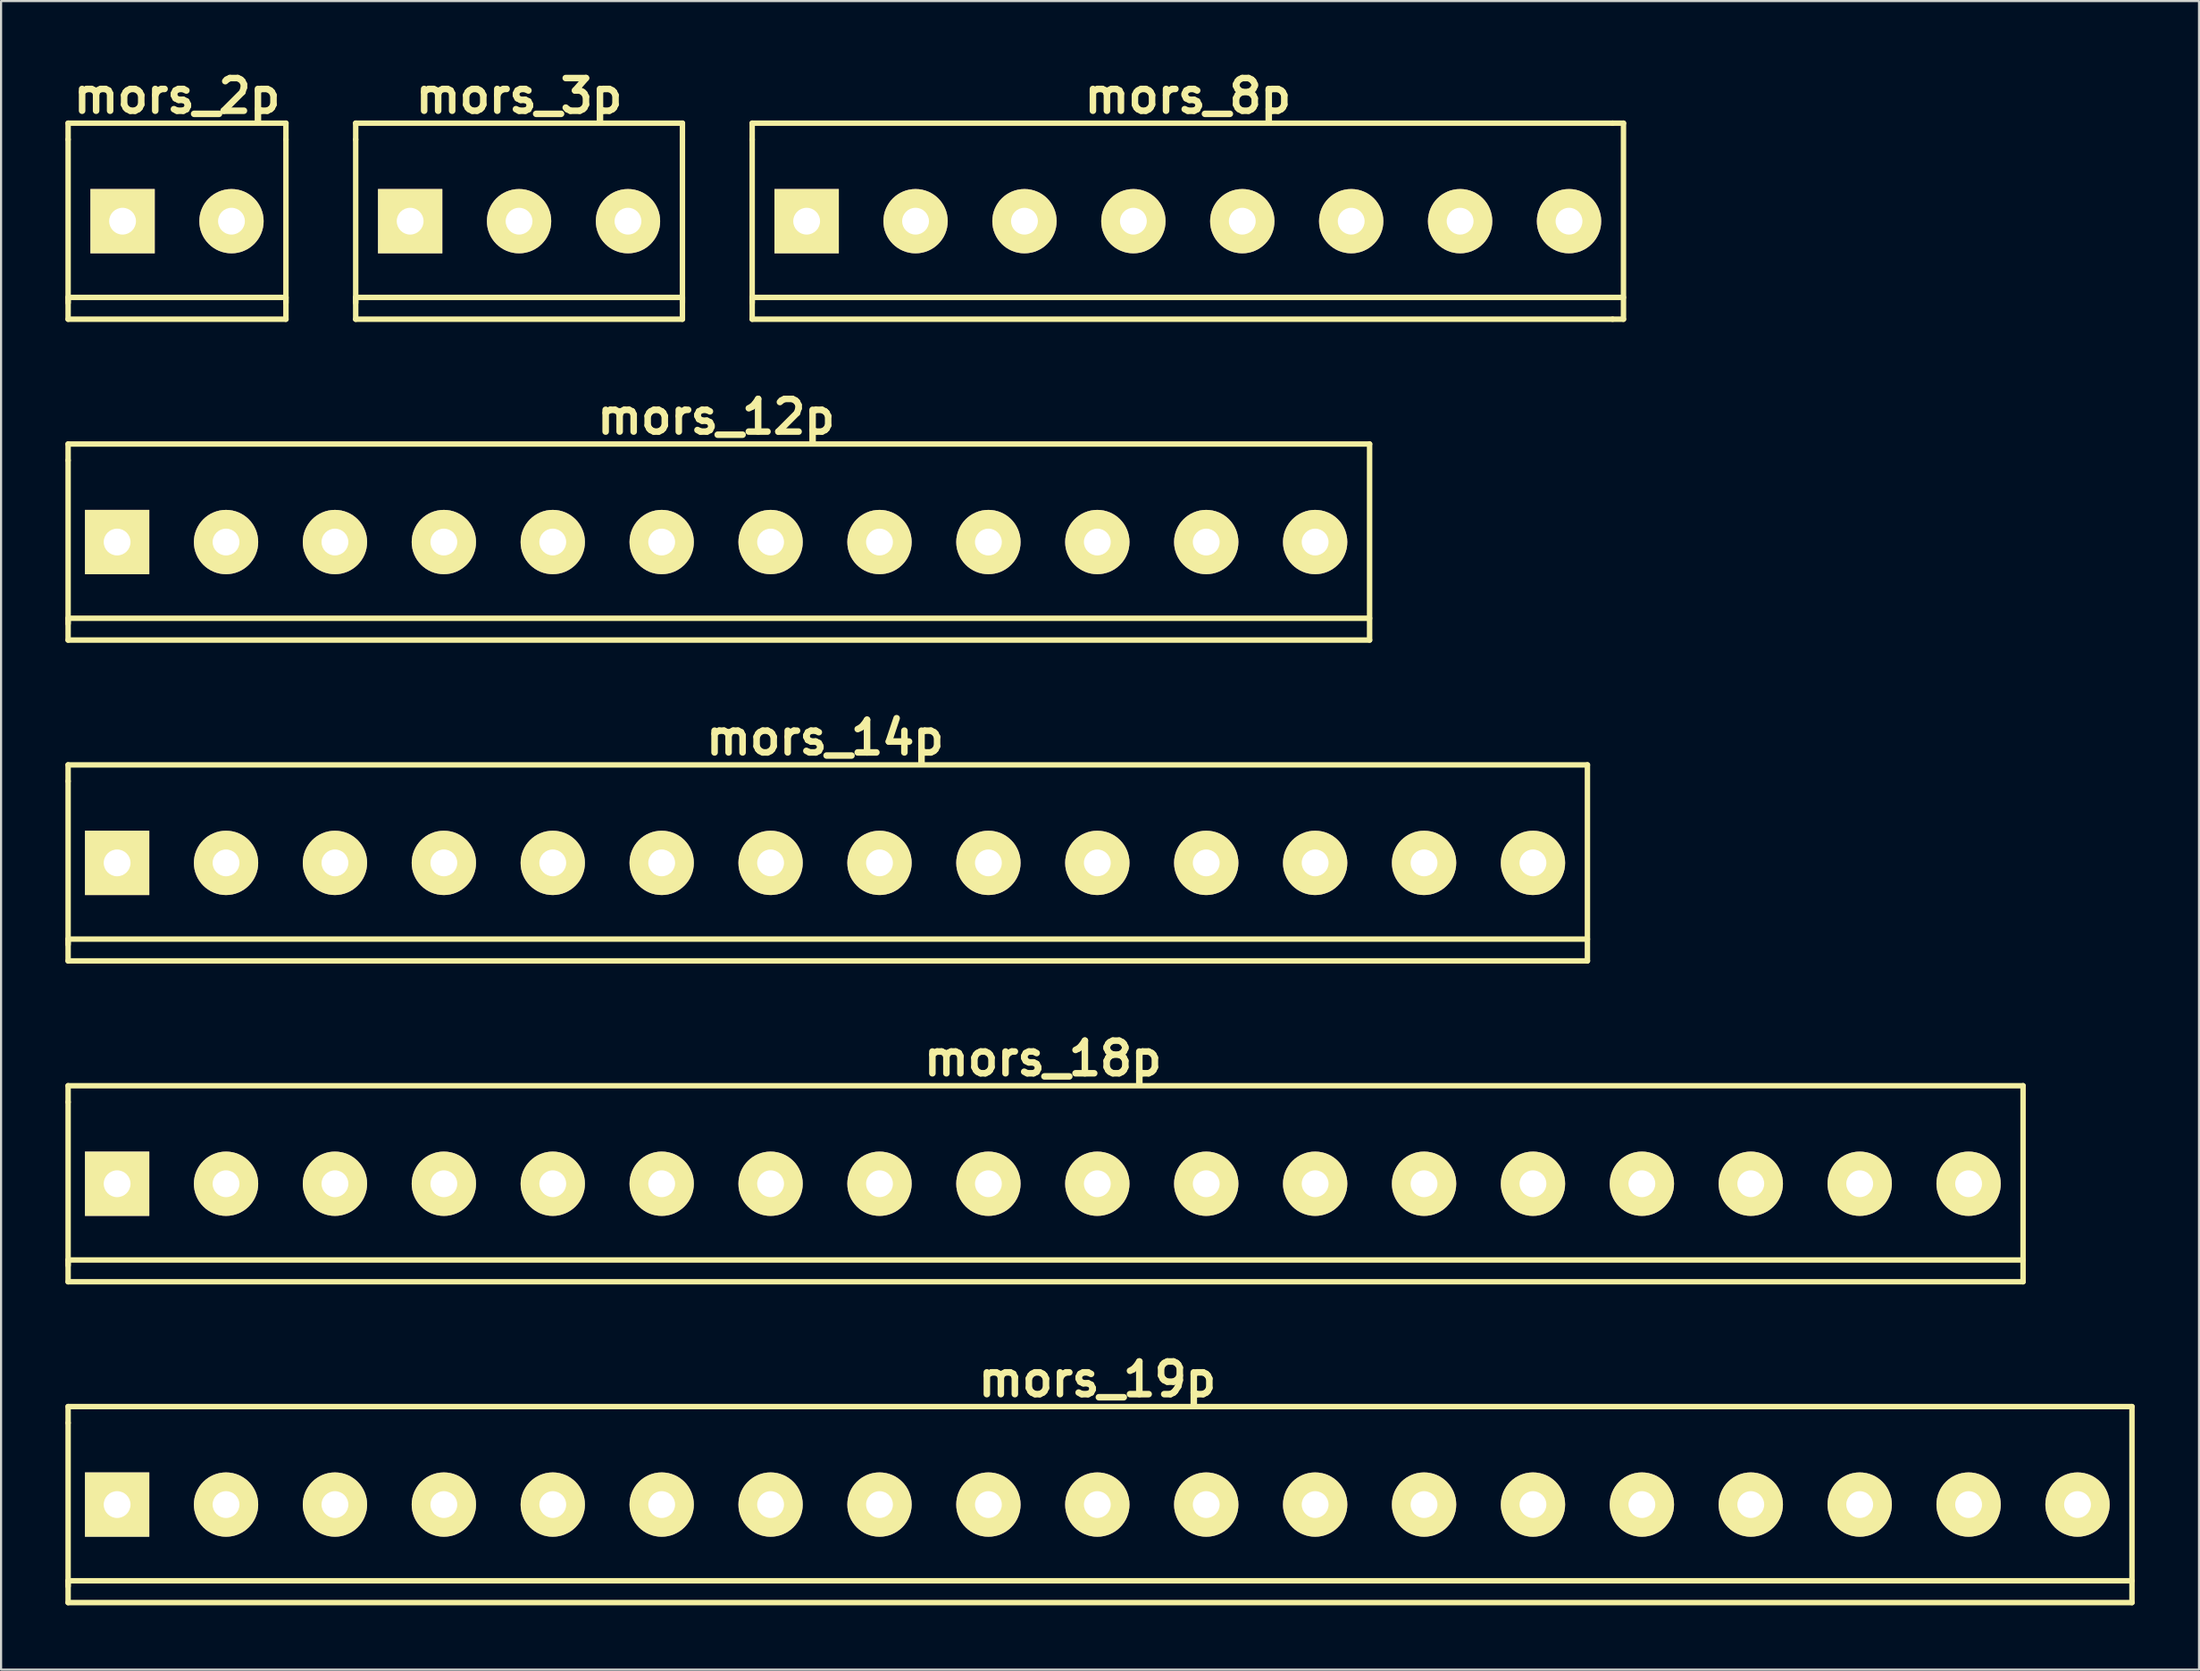
<source format=kicad_pcb>
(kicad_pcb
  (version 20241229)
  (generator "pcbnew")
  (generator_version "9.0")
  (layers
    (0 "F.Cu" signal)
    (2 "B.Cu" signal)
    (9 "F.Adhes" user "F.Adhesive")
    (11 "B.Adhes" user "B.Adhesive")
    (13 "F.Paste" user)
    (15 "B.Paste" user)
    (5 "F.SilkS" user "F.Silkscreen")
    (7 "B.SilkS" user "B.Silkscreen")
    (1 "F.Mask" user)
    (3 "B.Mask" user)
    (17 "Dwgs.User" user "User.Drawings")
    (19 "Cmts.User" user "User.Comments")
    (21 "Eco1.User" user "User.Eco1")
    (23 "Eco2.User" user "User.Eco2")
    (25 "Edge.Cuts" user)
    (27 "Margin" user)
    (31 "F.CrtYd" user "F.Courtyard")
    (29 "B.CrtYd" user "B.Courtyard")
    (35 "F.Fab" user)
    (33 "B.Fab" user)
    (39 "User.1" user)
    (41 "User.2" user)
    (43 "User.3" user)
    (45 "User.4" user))
  (footprint "mors_2p"
    (layer "F.Cu")
    (at 5.207 7.268)
    (property "Reference" "mors_2p" (at 0 -5.842 0) (layer "F.SilkS") (effects (font (size 1.524 1.524) (thickness 0.305))))
    (attr through_hole)
    (fp_line (start -5.08 -4.572) (end -5.08 -3.81) (stroke (width 0.254) (type solid)) (layer "F.SilkS"))
    (fp_line (start -5.08 -3.81) (end -5.08 3.81) (stroke (width 0.254) (type solid)) (layer "F.SilkS"))
    (fp_line (start -5.08 3.556) (end 5.08 3.556) (stroke (width 0.254) (type solid)) (layer "F.SilkS"))
    (fp_line (start -5.08 4.572) (end -5.08 3.556) (stroke (width 0.254) (type solid)) (layer "F.SilkS"))
    (fp_line (start 5.08 -4.572) (end -5.08 -4.572) (stroke (width 0.254) (type solid)) (layer "F.SilkS"))
    (fp_line (start 5.08 -3.81) (end 5.08 -4.572) (stroke (width 0.254) (type solid)) (layer "F.SilkS"))
    (fp_line (start 5.08 3.556) (end 5.08 4.572) (stroke (width 0.254) (type solid)) (layer "F.SilkS"))
    (fp_line (start 5.08 3.81) (end 5.08 -3.81) (stroke (width 0.254) (type solid)) (layer "F.SilkS"))
    (fp_line (start 5.08 4.572) (end -5.08 4.572) (stroke (width 0.254) (type solid)) (layer "F.SilkS"))
    (pad "1" thru_hole rect (at -2.54 0) (size 3 3) (drill 1.25) (layers "*.Cu" "*.Mask" "F.SilkS"))
    (pad "2" thru_hole circle (at 2.54 0) (size 3 3) (drill 1.25) (layers "*.Cu" "*.Mask" "F.SilkS")))
  (footprint "mors_3p"
    (layer "F.Cu")
    (at 21.161 7.268)
    (property "Reference" "mors_3p" (at 0 -5.842 0) (layer "F.SilkS") (effects (font (size 1.524 1.524) (thickness 0.305))))
    (attr through_hole)
    (fp_line (start -7.62 -4.572) (end -7.62 -3.81) (stroke (width 0.254) (type solid)) (layer "F.SilkS"))
    (fp_line (start -7.62 -4.572) (end 7.62 -4.572) (stroke (width 0.254) (type solid)) (layer "F.SilkS"))
    (fp_line (start -7.62 3.556) (end 7.62 3.556) (stroke (width 0.254) (type solid)) (layer "F.SilkS"))
    (fp_line (start -7.62 3.81) (end -7.62 -3.81) (stroke (width 0.254) (type solid)) (layer "F.SilkS"))
    (fp_line (start -7.62 4.572) (end -7.62 3.556) (stroke (width 0.254) (type solid)) (layer "F.SilkS"))
    (fp_line (start 7.62 -4.572) (end 7.62 -3.81) (stroke (width 0.254) (type solid)) (layer "F.SilkS"))
    (fp_line (start 7.62 3.556) (end 7.62 4.572) (stroke (width 0.254) (type solid)) (layer "F.SilkS"))
    (fp_line (start 7.62 3.81) (end 7.62 -3.81) (stroke (width 0.254) (type solid)) (layer "F.SilkS"))
    (fp_line (start 7.62 4.572) (end -7.62 4.572) (stroke (width 0.254) (type solid)) (layer "F.SilkS"))
    (pad "1" thru_hole rect (at -5.08 0) (size 3 3) (drill 1.25) (layers "*.Cu" "*.Mask" "F.SilkS"))
    (pad "2" thru_hole circle (at 0 0) (size 3 3) (drill 1.25) (layers "*.Cu" "*.Mask" "F.SilkS"))
    (pad "3" thru_hole circle (at 5.08 0) (size 3 3) (drill 1.25) (layers "*.Cu" "*.Mask" "F.SilkS")))
  (footprint "mors_18p"
    (layer "F.Cu")
    (at 45.593 52.171)
    (property "Reference" "mors_18p" (at 0 -5.842 0) (layer "F.SilkS") (effects (font (size 1.524 1.524) (thickness 0.305))))
    (attr through_hole)
    (fp_line (start -45.466 -4.572) (end -45.466 -3.81) (stroke (width 0.254) (type solid)) (layer "F.SilkS"))
    (fp_line (start -45.466 3.81) (end -45.466 -3.81) (stroke (width 0.254) (type solid)) (layer "F.SilkS"))
    (fp_line (start -45.466 4.572) (end -45.466 3.556) (stroke (width 0.254) (type solid)) (layer "F.SilkS"))
    (fp_line (start -45.466 4.572) (end 45.72 4.572) (stroke (width 0.254) (type solid)) (layer "F.SilkS"))
    (fp_line (start 45.72 -4.572) (end -45.466 -4.572) (stroke (width 0.254) (type solid)) (layer "F.SilkS"))
    (fp_line (start 45.72 -4.572) (end 45.72 4.572) (stroke (width 0.254) (type solid)) (layer "F.SilkS"))
    (fp_line (start 45.72 3.556) (end -45.466 3.556) (stroke (width 0.254) (type solid)) (layer "F.SilkS"))
    (pad "1" thru_hole rect (at -43.18 0) (size 3 3) (drill 1.25) (layers "*.Cu" "*.Mask" "F.SilkS"))
    (pad "2" thru_hole circle (at -38.1 0) (size 3 3) (drill 1.25) (layers "*.Cu" "*.Mask" "F.SilkS"))
    (pad "3" thru_hole circle (at -33.02 0) (size 3 3) (drill 1.25) (layers "*.Cu" "*.Mask" "F.SilkS"))
    (pad "4" thru_hole circle (at -27.94 0) (size 3 3) (drill 1.25) (layers "*.Cu" "*.Mask" "F.SilkS"))
    (pad "5" thru_hole circle (at -22.86 0) (size 3 3) (drill 1.25) (layers "*.Cu" "*.Mask" "F.SilkS"))
    (pad "6" thru_hole circle (at -17.78 0) (size 3 3) (drill 1.25) (layers "*.Cu" "*.Mask" "F.SilkS"))
    (pad "7" thru_hole circle (at -12.7 0) (size 3 3) (drill 1.25) (layers "*.Cu" "*.Mask" "F.SilkS"))
    (pad "8" thru_hole circle (at -7.62 0) (size 3 3) (drill 1.25) (layers "*.Cu" "*.Mask" "F.SilkS"))
    (pad "9" thru_hole circle (at -2.54 0) (size 3 3) (drill 1.25) (layers "*.Cu" "*.Mask" "F.SilkS"))
    (pad "10" thru_hole circle (at 2.54 0) (size 3 3) (drill 1.25) (layers "*.Cu" "*.Mask" "F.SilkS"))
    (pad "11" thru_hole circle (at 7.62 0) (size 3 3) (drill 1.25) (layers "*.Cu" "*.Mask" "F.SilkS"))
    (pad "12" thru_hole circle (at 12.7 0) (size 3 3) (drill 1.25) (layers "*.Cu" "*.Mask" "F.SilkS"))
    (pad "13" thru_hole circle (at 17.78 0) (size 3 3) (drill 1.25) (layers "*.Cu" "*.Mask" "F.SilkS"))
    (pad "14" thru_hole circle (at 22.86 0) (size 3 3) (drill 1.25) (layers "*.Cu" "*.Mask" "F.SilkS"))
    (pad "15" thru_hole circle (at 27.94 0) (size 3 3) (drill 1.25) (layers "*.Cu" "*.Mask" "F.SilkS"))
    (pad "16" thru_hole circle (at 33.02 0) (size 3 3) (drill 1.25) (layers "*.Cu" "*.Mask" "F.SilkS"))
    (pad "17" thru_hole circle (at 38.1 0) (size 3 3) (drill 1.25) (layers "*.Cu" "*.Mask" "F.SilkS"))
    (pad "18" thru_hole circle (at 43.18 0) (size 3 3) (drill 1.25) (layers "*.Cu" "*.Mask" "F.SilkS")))
  (footprint "mors_14p"
    (layer "F.Cu")
    (at 35.433 37.203)
    (property "Reference" "mors_14p" (at 0 -5.842 0) (layer "F.SilkS") (effects (font (size 1.524 1.524) (thickness 0.305))))
    (attr through_hole)
    (fp_line (start -35.306 -4.572) (end -35.306 -3.81) (stroke (width 0.254) (type solid)) (layer "F.SilkS"))
    (fp_line (start -35.306 3.81) (end -35.306 -3.81) (stroke (width 0.254) (type solid)) (layer "F.SilkS"))
    (fp_line (start -35.306 4.572) (end -35.306 3.556) (stroke (width 0.254) (type solid)) (layer "F.SilkS"))
    (fp_line (start -35.306 4.572) (end 35.56 4.572) (stroke (width 0.254) (type solid)) (layer "F.SilkS"))
    (fp_line (start 35.56 -4.572) (end -35.306 -4.572) (stroke (width 0.254) (type solid)) (layer "F.SilkS"))
    (fp_line (start 35.56 -4.572) (end 35.56 4.572) (stroke (width 0.254) (type solid)) (layer "F.SilkS"))
    (fp_line (start 35.56 3.556) (end -35.306 3.556) (stroke (width 0.254) (type solid)) (layer "F.SilkS"))
    (pad "1" thru_hole rect (at -33.02 0) (size 3 3) (drill 1.25) (layers "*.Cu" "*.Mask" "F.SilkS"))
    (pad "2" thru_hole circle (at -27.94 0) (size 3 3) (drill 1.25) (layers "*.Cu" "*.Mask" "F.SilkS"))
    (pad "3" thru_hole circle (at -22.86 0) (size 3 3) (drill 1.25) (layers "*.Cu" "*.Mask" "F.SilkS"))
    (pad "4" thru_hole circle (at -17.78 0) (size 3 3) (drill 1.25) (layers "*.Cu" "*.Mask" "F.SilkS"))
    (pad "5" thru_hole circle (at -12.7 0) (size 3 3) (drill 1.25) (layers "*.Cu" "*.Mask" "F.SilkS"))
    (pad "6" thru_hole circle (at -7.62 0) (size 3 3) (drill 1.25) (layers "*.Cu" "*.Mask" "F.SilkS"))
    (pad "7" thru_hole circle (at -2.54 0) (size 3 3) (drill 1.25) (layers "*.Cu" "*.Mask" "F.SilkS"))
    (pad "8" thru_hole circle (at 2.54 0) (size 3 3) (drill 1.25) (layers "*.Cu" "*.Mask" "F.SilkS"))
    (pad "9" thru_hole circle (at 7.62 0) (size 3 3) (drill 1.25) (layers "*.Cu" "*.Mask" "F.SilkS"))
    (pad "10" thru_hole circle (at 12.7 0) (size 3 3) (drill 1.25) (layers "*.Cu" "*.Mask" "F.SilkS"))
    (pad "11" thru_hole circle (at 17.78 0) (size 3 3) (drill 1.25) (layers "*.Cu" "*.Mask" "F.SilkS"))
    (pad "12" thru_hole circle (at 22.86 0) (size 3 3) (drill 1.25) (layers "*.Cu" "*.Mask" "F.SilkS"))
    (pad "13" thru_hole circle (at 27.94 0) (size 3 3) (drill 1.25) (layers "*.Cu" "*.Mask" "F.SilkS"))
    (pad "14" thru_hole circle (at 33.02 0) (size 3 3) (drill 1.25) (layers "*.Cu" "*.Mask" "F.SilkS")))
  (footprint "mors_12p"
    (layer "F.Cu")
    (at 30.353 22.236)
    (property "Reference" "mors_12p" (at 0 -5.842 0) (layer "F.SilkS") (effects (font (size 1.524 1.524) (thickness 0.305))))
    (attr through_hole)
    (fp_line (start -30.226 -4.572) (end -30.226 -3.81) (stroke (width 0.254) (type solid)) (layer "F.SilkS"))
    (fp_line (start -30.226 3.81) (end -30.226 -3.81) (stroke (width 0.254) (type solid)) (layer "F.SilkS"))
    (fp_line (start -30.226 4.572) (end -30.226 3.556) (stroke (width 0.254) (type solid)) (layer "F.SilkS"))
    (fp_line (start -30.226 4.572) (end 30.48 4.572) (stroke (width 0.254) (type solid)) (layer "F.SilkS"))
    (fp_line (start 30.48 -4.572) (end -30.226 -4.572) (stroke (width 0.254) (type solid)) (layer "F.SilkS"))
    (fp_line (start 30.48 -4.572) (end 30.48 4.572) (stroke (width 0.254) (type solid)) (layer "F.SilkS"))
    (fp_line (start 30.48 3.556) (end -30.226 3.556) (stroke (width 0.254) (type solid)) (layer "F.SilkS"))
    (pad "1" thru_hole rect (at -27.94 0) (size 3 3) (drill 1.25) (layers "*.Cu" "*.Mask" "F.SilkS"))
    (pad "2" thru_hole circle (at -22.86 0) (size 3 3) (drill 1.25) (layers "*.Cu" "*.Mask" "F.SilkS"))
    (pad "3" thru_hole circle (at -17.78 0) (size 3 3) (drill 1.25) (layers "*.Cu" "*.Mask" "F.SilkS"))
    (pad "4" thru_hole circle (at -12.7 0) (size 3 3) (drill 1.25) (layers "*.Cu" "*.Mask" "F.SilkS"))
    (pad "5" thru_hole circle (at -7.62 0) (size 3 3) (drill 1.25) (layers "*.Cu" "*.Mask" "F.SilkS"))
    (pad "6" thru_hole circle (at -2.54 0) (size 3 3) (drill 1.25) (layers "*.Cu" "*.Mask" "F.SilkS"))
    (pad "7" thru_hole circle (at 2.54 0) (size 3 3) (drill 1.25) (layers "*.Cu" "*.Mask" "F.SilkS"))
    (pad "8" thru_hole circle (at 7.62 0) (size 3 3) (drill 1.25) (layers "*.Cu" "*.Mask" "F.SilkS"))
    (pad "9" thru_hole circle (at 12.7 0) (size 3 3) (drill 1.25) (layers "*.Cu" "*.Mask" "F.SilkS"))
    (pad "10" thru_hole circle (at 17.78 0) (size 3 3) (drill 1.25) (layers "*.Cu" "*.Mask" "F.SilkS"))
    (pad "11" thru_hole circle (at 22.86 0) (size 3 3) (drill 1.25) (layers "*.Cu" "*.Mask" "F.SilkS"))
    (pad "12" thru_hole circle (at 27.94 0) (size 3 3) (drill 1.25) (layers "*.Cu" "*.Mask" "F.SilkS")))
  (footprint "mors_19p"
    (layer "F.Cu")
    (at 48.133 67.138)
    (property "Reference" "mors_19p" (at 0 -5.842 0) (layer "F.SilkS") (effects (font (size 1.524 1.524) (thickness 0.305))))
    (attr through_hole)
    (fp_line (start -48.006 -4.572) (end -48.006 -3.81) (stroke (width 0.254) (type solid)) (layer "F.SilkS"))
    (fp_line (start -48.006 3.81) (end -48.006 -3.81) (stroke (width 0.254) (type solid)) (layer "F.SilkS"))
    (fp_line (start -48.006 4.572) (end -48.006 3.556) (stroke (width 0.254) (type solid)) (layer "F.SilkS"))
    (fp_line (start -48.006 4.572) (end 48.26 4.572) (stroke (width 0.254) (type solid)) (layer "F.SilkS"))
    (fp_line (start 48.26 -4.572) (end -48.006 -4.572) (stroke (width 0.254) (type solid)) (layer "F.SilkS"))
    (fp_line (start 48.26 -4.572) (end 48.26 4.572) (stroke (width 0.254) (type solid)) (layer "F.SilkS"))
    (fp_line (start 48.26 3.556) (end -48.006 3.556) (stroke (width 0.254) (type solid)) (layer "F.SilkS"))
    (pad "1" thru_hole rect (at -45.72 0) (size 3 3) (drill 1.25) (layers "*.Cu" "*.Mask" "F.SilkS"))
    (pad "2" thru_hole circle (at -40.64 0) (size 3 3) (drill 1.25) (layers "*.Cu" "*.Mask" "F.SilkS"))
    (pad "3" thru_hole circle (at -35.56 0) (size 3 3) (drill 1.25) (layers "*.Cu" "*.Mask" "F.SilkS"))
    (pad "4" thru_hole circle (at -30.48 0) (size 3 3) (drill 1.25) (layers "*.Cu" "*.Mask" "F.SilkS"))
    (pad "5" thru_hole circle (at -25.4 0) (size 3 3) (drill 1.25) (layers "*.Cu" "*.Mask" "F.SilkS"))
    (pad "6" thru_hole circle (at -20.32 0) (size 3 3) (drill 1.25) (layers "*.Cu" "*.Mask" "F.SilkS"))
    (pad "7" thru_hole circle (at -15.24 0) (size 3 3) (drill 1.25) (layers "*.Cu" "*.Mask" "F.SilkS"))
    (pad "8" thru_hole circle (at -10.16 0) (size 3 3) (drill 1.25) (layers "*.Cu" "*.Mask" "F.SilkS"))
    (pad "9" thru_hole circle (at -5.08 0) (size 3 3) (drill 1.25) (layers "*.Cu" "*.Mask" "F.SilkS"))
    (pad "10" thru_hole circle (at 0 0) (size 3 3) (drill 1.25) (layers "*.Cu" "*.Mask" "F.SilkS"))
    (pad "11" thru_hole circle (at 5.08 0) (size 3 3) (drill 1.25) (layers "*.Cu" "*.Mask" "F.SilkS"))
    (pad "12" thru_hole circle (at 10.16 0) (size 3 3) (drill 1.25) (layers "*.Cu" "*.Mask" "F.SilkS"))
    (pad "13" thru_hole circle (at 15.24 0) (size 3 3) (drill 1.25) (layers "*.Cu" "*.Mask" "F.SilkS"))
    (pad "14" thru_hole circle (at 20.32 0) (size 3 3) (drill 1.25) (layers "*.Cu" "*.Mask" "F.SilkS"))
    (pad "15" thru_hole circle (at 25.4 0) (size 3 3) (drill 1.25) (layers "*.Cu" "*.Mask" "F.SilkS"))
    (pad "16" thru_hole circle (at 30.48 0) (size 3 3) (drill 1.25) (layers "*.Cu" "*.Mask" "F.SilkS"))
    (pad "17" thru_hole circle (at 35.56 0) (size 3 3) (drill 1.25) (layers "*.Cu" "*.Mask" "F.SilkS"))
    (pad "18" thru_hole circle (at 40.64 0) (size 3 3) (drill 1.25) (layers "*.Cu" "*.Mask" "F.SilkS"))
    (pad "19" thru_hole circle (at 45.72 0) (size 3 3) (drill 1.25) (layers "*.Cu" "*.Mask" "F.SilkS")))
  (footprint "mors_8p"
    (layer "F.Cu")
    (at 52.355 7.268)
    (property "Reference" "mors_8p" (at 0 -5.842 0) (layer "F.SilkS") (effects (font (size 1.524 1.524) (thickness 0.305))))
    (attr through_hole)
    (fp_line (start -20.32 -4.572) (end -20.32 -3.81) (stroke (width 0.254) (type solid)) (layer "F.SilkS"))
    (fp_line (start -20.32 -4.572) (end 19.812 -4.572) (stroke (width 0.254) (type solid)) (layer "F.SilkS"))
    (fp_line (start -20.32 3.556) (end 19.812 3.556) (stroke (width 0.254) (type solid)) (layer "F.SilkS"))
    (fp_line (start -20.32 3.81) (end -20.32 -3.81) (stroke (width 0.254) (type solid)) (layer "F.SilkS"))
    (fp_line (start -20.32 4.572) (end -20.32 3.556) (stroke (width 0.254) (type solid)) (layer "F.SilkS"))
    (fp_line (start 19.812 -4.572) (end 20.32 -4.572) (stroke (width 0.254) (type solid)) (layer "F.SilkS"))
    (fp_line (start 19.812 3.556) (end 20.32 3.556) (stroke (width 0.254) (type solid)) (layer "F.SilkS"))
    (fp_line (start 19.812 4.572) (end -20.32 4.572) (stroke (width 0.254) (type solid)) (layer "F.SilkS"))
    (fp_line (start 20.32 -4.572) (end 20.32 4.572) (stroke (width 0.254) (type solid)) (layer "F.SilkS"))
    (fp_line (start 20.32 4.572) (end 19.812 4.572) (stroke (width 0.254) (type solid)) (layer "F.SilkS"))
    (pad "1" thru_hole rect (at -17.78 0) (size 3 3) (drill 1.25) (layers "*.Cu" "*.Mask" "F.SilkS"))
    (pad "2" thru_hole circle (at -12.7 0) (size 3 3) (drill 1.25) (layers "*.Cu" "*.Mask" "F.SilkS"))
    (pad "3" thru_hole circle (at -7.62 0) (size 3 3) (drill 1.25) (layers "*.Cu" "*.Mask" "F.SilkS"))
    (pad "4" thru_hole circle (at -2.54 0) (size 3 3) (drill 1.25) (layers "*.Cu" "*.Mask" "F.SilkS"))
    (pad "5" thru_hole circle (at 2.54 0) (size 3 3) (drill 1.25) (layers "*.Cu" "*.Mask" "F.SilkS"))
    (pad "6" thru_hole circle (at 7.62 0) (size 3 3) (drill 1.25) (layers "*.Cu" "*.Mask" "F.SilkS"))
    (pad "7" thru_hole circle (at 12.7 0) (size 3 3) (drill 1.25) (layers "*.Cu" "*.Mask" "F.SilkS"))
    (pad "8" thru_hole circle (at 17.78 0) (size 3 3) (drill 1.25) (layers "*.Cu" "*.Mask" "F.SilkS")))
  (gr_rect
    (start -3 -3)
    (end 99.52 74.837)
    (stroke (width 0.1) (type default))
    (fill no)
    (layer "Edge.Cuts")))
</source>
